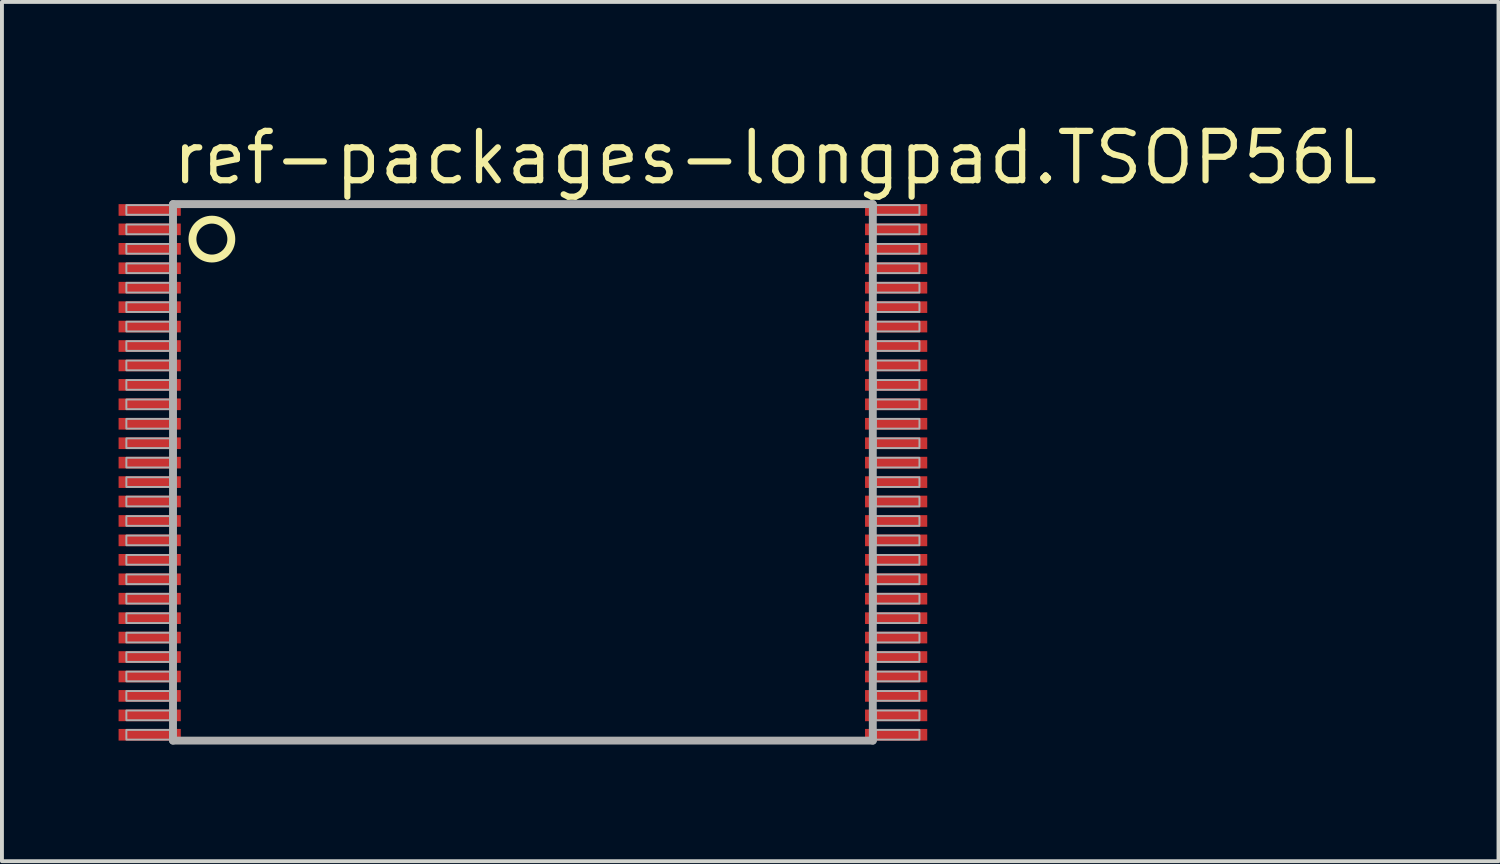
<source format=kicad_pcb>
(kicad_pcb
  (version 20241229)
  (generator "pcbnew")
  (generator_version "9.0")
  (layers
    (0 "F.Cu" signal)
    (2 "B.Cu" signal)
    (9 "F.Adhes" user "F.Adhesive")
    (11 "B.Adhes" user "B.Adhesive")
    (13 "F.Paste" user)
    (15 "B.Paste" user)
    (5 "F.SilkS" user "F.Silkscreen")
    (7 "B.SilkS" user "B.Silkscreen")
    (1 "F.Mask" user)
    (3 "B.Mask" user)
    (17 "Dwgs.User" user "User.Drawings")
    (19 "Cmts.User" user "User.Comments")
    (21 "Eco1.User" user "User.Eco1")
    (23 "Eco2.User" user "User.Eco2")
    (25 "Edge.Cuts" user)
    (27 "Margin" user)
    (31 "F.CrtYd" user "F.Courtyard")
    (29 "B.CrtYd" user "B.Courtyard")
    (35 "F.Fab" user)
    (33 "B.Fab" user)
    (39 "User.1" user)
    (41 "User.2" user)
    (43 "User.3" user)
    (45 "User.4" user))
  (footprint "ref-packages-longpad.TSOP56L"
    (layer "F.Cu")
    (at 10.4 9.1)
    (property "Reference" "ref-packages-longpad.TSOP56L" (at -9.096 -7.35 0) (layer "F.SilkS") (effects (font (size 1.27 1.27) (thickness 0.16)) (justify left bottom)))
    (attr smd)
    (fp_circle (center -8 -6) (end -7.5 -6) (stroke (width 0.203) (type default)) (fill no) (layer "F.SilkS"))
    (fp_line (start -9 -6.9) (end -9 6.9) (stroke (width 0.203) (type default)) (layer "F.Fab"))
    (fp_line (start -9 6.9) (end 9 6.9) (stroke (width 0.203) (type default)) (layer "F.Fab"))
    (fp_line (start 9 -6.9) (end -9 -6.9) (stroke (width 0.203) (type default)) (layer "F.Fab"))
    (fp_line (start 9 6.9) (end 9 -6.9) (stroke (width 0.203) (type default)) (layer "F.Fab"))
    (fp_rect (start -10.2 -6.625) (end -9.075 -6.875) (stroke (width 0.05) (type default)) (fill no) (layer "F.Fab"))
    (fp_rect (start -10.2 -6.125) (end -9.075 -6.375) (stroke (width 0.05) (type default)) (fill no) (layer "F.Fab"))
    (fp_rect (start -10.2 -5.625) (end -9.075 -5.875) (stroke (width 0.05) (type default)) (fill no) (layer "F.Fab"))
    (fp_rect (start -10.2 -5.125) (end -9.075 -5.375) (stroke (width 0.05) (type default)) (fill no) (layer "F.Fab"))
    (fp_rect (start -10.2 -4.625) (end -9.075 -4.875) (stroke (width 0.05) (type default)) (fill no) (layer "F.Fab"))
    (fp_rect (start -10.2 -4.125) (end -9.075 -4.375) (stroke (width 0.05) (type default)) (fill no) (layer "F.Fab"))
    (fp_rect (start -10.2 -3.625) (end -9.075 -3.875) (stroke (width 0.05) (type default)) (fill no) (layer "F.Fab"))
    (fp_rect (start -10.2 -3.125) (end -9.075 -3.375) (stroke (width 0.05) (type default)) (fill no) (layer "F.Fab"))
    (fp_rect (start -10.2 -2.625) (end -9.075 -2.875) (stroke (width 0.05) (type default)) (fill no) (layer "F.Fab"))
    (fp_rect (start -10.2 -2.125) (end -9.075 -2.375) (stroke (width 0.05) (type default)) (fill no) (layer "F.Fab"))
    (fp_rect (start -10.2 -1.625) (end -9.075 -1.875) (stroke (width 0.05) (type default)) (fill no) (layer "F.Fab"))
    (fp_rect (start -10.2 -1.125) (end -9.075 -1.375) (stroke (width 0.05) (type default)) (fill no) (layer "F.Fab"))
    (fp_rect (start -10.2 -0.625) (end -9.075 -0.875) (stroke (width 0.05) (type default)) (fill no) (layer "F.Fab"))
    (fp_rect (start -10.2 -0.125) (end -9.075 -0.375) (stroke (width 0.05) (type default)) (fill no) (layer "F.Fab"))
    (fp_rect (start -10.2 0.375) (end -9.075 0.125) (stroke (width 0.05) (type default)) (fill no) (layer "F.Fab"))
    (fp_rect (start -10.2 0.875) (end -9.075 0.625) (stroke (width 0.05) (type default)) (fill no) (layer "F.Fab"))
    (fp_rect (start -10.2 1.375) (end -9.075 1.125) (stroke (width 0.05) (type default)) (fill no) (layer "F.Fab"))
    (fp_rect (start -10.2 1.875) (end -9.075 1.625) (stroke (width 0.05) (type default)) (fill no) (layer "F.Fab"))
    (fp_rect (start -10.2 2.375) (end -9.075 2.125) (stroke (width 0.05) (type default)) (fill no) (layer "F.Fab"))
    (fp_rect (start -10.2 2.875) (end -9.075 2.625) (stroke (width 0.05) (type default)) (fill no) (layer "F.Fab"))
    (fp_rect (start -10.2 3.375) (end -9.075 3.125) (stroke (width 0.05) (type default)) (fill no) (layer "F.Fab"))
    (fp_rect (start -10.2 3.875) (end -9.075 3.625) (stroke (width 0.05) (type default)) (fill no) (layer "F.Fab"))
    (fp_rect (start -10.2 4.375) (end -9.075 4.125) (stroke (width 0.05) (type default)) (fill no) (layer "F.Fab"))
    (fp_rect (start -10.2 4.875) (end -9.075 4.625) (stroke (width 0.05) (type default)) (fill no) (layer "F.Fab"))
    (fp_rect (start -10.2 5.375) (end -9.075 5.125) (stroke (width 0.05) (type default)) (fill no) (layer "F.Fab"))
    (fp_rect (start -10.2 5.875) (end -9.075 5.625) (stroke (width 0.05) (type default)) (fill no) (layer "F.Fab"))
    (fp_rect (start -10.2 6.375) (end -9.075 6.125) (stroke (width 0.05) (type default)) (fill no) (layer "F.Fab"))
    (fp_rect (start -10.2 6.875) (end -9.075 6.625) (stroke (width 0.05) (type default)) (fill no) (layer "F.Fab"))
    (fp_rect (start 9.075 -6.625) (end 10.2 -6.875) (stroke (width 0.05) (type default)) (fill no) (layer "F.Fab"))
    (fp_rect (start 9.075 -6.125) (end 10.2 -6.375) (stroke (width 0.05) (type default)) (fill no) (layer "F.Fab"))
    (fp_rect (start 9.075 -5.625) (end 10.2 -5.875) (stroke (width 0.05) (type default)) (fill no) (layer "F.Fab"))
    (fp_rect (start 9.075 -5.125) (end 10.2 -5.375) (stroke (width 0.05) (type default)) (fill no) (layer "F.Fab"))
    (fp_rect (start 9.075 -4.625) (end 10.2 -4.875) (stroke (width 0.05) (type default)) (fill no) (layer "F.Fab"))
    (fp_rect (start 9.075 -4.125) (end 10.2 -4.375) (stroke (width 0.05) (type default)) (fill no) (layer "F.Fab"))
    (fp_rect (start 9.075 -3.625) (end 10.2 -3.875) (stroke (width 0.05) (type default)) (fill no) (layer "F.Fab"))
    (fp_rect (start 9.075 -3.125) (end 10.2 -3.375) (stroke (width 0.05) (type default)) (fill no) (layer "F.Fab"))
    (fp_rect (start 9.075 -2.625) (end 10.2 -2.875) (stroke (width 0.05) (type default)) (fill no) (layer "F.Fab"))
    (fp_rect (start 9.075 -2.125) (end 10.2 -2.375) (stroke (width 0.05) (type default)) (fill no) (layer "F.Fab"))
    (fp_rect (start 9.075 -1.625) (end 10.2 -1.875) (stroke (width 0.05) (type default)) (fill no) (layer "F.Fab"))
    (fp_rect (start 9.075 -1.125) (end 10.2 -1.375) (stroke (width 0.05) (type default)) (fill no) (layer "F.Fab"))
    (fp_rect (start 9.075 -0.625) (end 10.2 -0.875) (stroke (width 0.05) (type default)) (fill no) (layer "F.Fab"))
    (fp_rect (start 9.075 -0.125) (end 10.2 -0.375) (stroke (width 0.05) (type default)) (fill no) (layer "F.Fab"))
    (fp_rect (start 9.075 0.375) (end 10.2 0.125) (stroke (width 0.05) (type default)) (fill no) (layer "F.Fab"))
    (fp_rect (start 9.075 0.875) (end 10.2 0.625) (stroke (width 0.05) (type default)) (fill no) (layer "F.Fab"))
    (fp_rect (start 9.075 1.375) (end 10.2 1.125) (stroke (width 0.05) (type default)) (fill no) (layer "F.Fab"))
    (fp_rect (start 9.075 1.875) (end 10.2 1.625) (stroke (width 0.05) (type default)) (fill no) (layer "F.Fab"))
    (fp_rect (start 9.075 2.375) (end 10.2 2.125) (stroke (width 0.05) (type default)) (fill no) (layer "F.Fab"))
    (fp_rect (start 9.075 2.875) (end 10.2 2.625) (stroke (width 0.05) (type default)) (fill no) (layer "F.Fab"))
    (fp_rect (start 9.075 3.375) (end 10.2 3.125) (stroke (width 0.05) (type default)) (fill no) (layer "F.Fab"))
    (fp_rect (start 9.075 3.875) (end 10.2 3.625) (stroke (width 0.05) (type default)) (fill no) (layer "F.Fab"))
    (fp_rect (start 9.075 4.375) (end 10.2 4.125) (stroke (width 0.05) (type default)) (fill no) (layer "F.Fab"))
    (fp_rect (start 9.075 4.875) (end 10.2 4.625) (stroke (width 0.05) (type default)) (fill no) (layer "F.Fab"))
    (fp_rect (start 9.075 5.375) (end 10.2 5.125) (stroke (width 0.05) (type default)) (fill no) (layer "F.Fab"))
    (fp_rect (start 9.075 5.875) (end 10.2 5.625) (stroke (width 0.05) (type default)) (fill no) (layer "F.Fab"))
    (fp_rect (start 9.075 6.375) (end 10.2 6.125) (stroke (width 0.05) (type default)) (fill no) (layer "F.Fab"))
    (fp_rect (start 9.075 6.875) (end 10.2 6.625) (stroke (width 0.05) (type default)) (fill no) (layer "F.Fab"))
    (pad "1" smd roundrect (at -9.6 -6.75) (size 1.6 0.3) (layers "F.Cu" "F.Mask" "F.Paste") (roundrect_rratio 0.01))
    (pad "2" smd roundrect (at -9.6 -6.25) (size 1.6 0.3) (layers "F.Cu" "F.Mask" "F.Paste") (roundrect_rratio 0.01))
    (pad "3" smd roundrect (at -9.6 -5.75) (size 1.6 0.3) (layers "F.Cu" "F.Mask" "F.Paste") (roundrect_rratio 0.01))
    (pad "4" smd roundrect (at -9.6 -5.25) (size 1.6 0.3) (layers "F.Cu" "F.Mask" "F.Paste") (roundrect_rratio 0.01))
    (pad "5" smd roundrect (at -9.6 -4.75) (size 1.6 0.3) (layers "F.Cu" "F.Mask" "F.Paste") (roundrect_rratio 0.01))
    (pad "6" smd roundrect (at -9.6 -4.25) (size 1.6 0.3) (layers "F.Cu" "F.Mask" "F.Paste") (roundrect_rratio 0.01))
    (pad "7" smd roundrect (at -9.6 -3.75) (size 1.6 0.3) (layers "F.Cu" "F.Mask" "F.Paste") (roundrect_rratio 0.01))
    (pad "8" smd roundrect (at -9.6 -3.25) (size 1.6 0.3) (layers "F.Cu" "F.Mask" "F.Paste") (roundrect_rratio 0.01))
    (pad "9" smd roundrect (at -9.6 -2.75) (size 1.6 0.3) (layers "F.Cu" "F.Mask" "F.Paste") (roundrect_rratio 0.01))
    (pad "10" smd roundrect (at -9.6 -2.25) (size 1.6 0.3) (layers "F.Cu" "F.Mask" "F.Paste") (roundrect_rratio 0.01))
    (pad "11" smd roundrect (at -9.6 -1.75) (size 1.6 0.3) (layers "F.Cu" "F.Mask" "F.Paste") (roundrect_rratio 0.01))
    (pad "12" smd roundrect (at -9.6 -1.25) (size 1.6 0.3) (layers "F.Cu" "F.Mask" "F.Paste") (roundrect_rratio 0.01))
    (pad "13" smd roundrect (at -9.6 -0.75) (size 1.6 0.3) (layers "F.Cu" "F.Mask" "F.Paste") (roundrect_rratio 0.01))
    (pad "14" smd roundrect (at -9.6 -0.25) (size 1.6 0.3) (layers "F.Cu" "F.Mask" "F.Paste") (roundrect_rratio 0.01))
    (pad "15" smd roundrect (at -9.6 0.25) (size 1.6 0.3) (layers "F.Cu" "F.Mask" "F.Paste") (roundrect_rratio 0.01))
    (pad "16" smd roundrect (at -9.6 0.75) (size 1.6 0.3) (layers "F.Cu" "F.Mask" "F.Paste") (roundrect_rratio 0.01))
    (pad "17" smd roundrect (at -9.6 1.25) (size 1.6 0.3) (layers "F.Cu" "F.Mask" "F.Paste") (roundrect_rratio 0.01))
    (pad "18" smd roundrect (at -9.6 1.75) (size 1.6 0.3) (layers "F.Cu" "F.Mask" "F.Paste") (roundrect_rratio 0.01))
    (pad "19" smd roundrect (at -9.6 2.25) (size 1.6 0.3) (layers "F.Cu" "F.Mask" "F.Paste") (roundrect_rratio 0.01))
    (pad "20" smd roundrect (at -9.6 2.75) (size 1.6 0.3) (layers "F.Cu" "F.Mask" "F.Paste") (roundrect_rratio 0.01))
    (pad "21" smd roundrect (at -9.6 3.25) (size 1.6 0.3) (layers "F.Cu" "F.Mask" "F.Paste") (roundrect_rratio 0.01))
    (pad "22" smd roundrect (at -9.6 3.75) (size 1.6 0.3) (layers "F.Cu" "F.Mask" "F.Paste") (roundrect_rratio 0.01))
    (pad "23" smd roundrect (at -9.6 4.25) (size 1.6 0.3) (layers "F.Cu" "F.Mask" "F.Paste") (roundrect_rratio 0.01))
    (pad "24" smd roundrect (at -9.6 4.75) (size 1.6 0.3) (layers "F.Cu" "F.Mask" "F.Paste") (roundrect_rratio 0.01))
    (pad "25" smd roundrect (at -9.6 5.25) (size 1.6 0.3) (layers "F.Cu" "F.Mask" "F.Paste") (roundrect_rratio 0.01))
    (pad "26" smd roundrect (at -9.6 5.75) (size 1.6 0.3) (layers "F.Cu" "F.Mask" "F.Paste") (roundrect_rratio 0.01))
    (pad "27" smd roundrect (at -9.6 6.25) (size 1.6 0.3) (layers "F.Cu" "F.Mask" "F.Paste") (roundrect_rratio 0.01))
    (pad "28" smd roundrect (at -9.6 6.75) (size 1.6 0.3) (layers "F.Cu" "F.Mask" "F.Paste") (roundrect_rratio 0.01))
    (pad "29" smd roundrect (at 9.6 6.75) (size 1.6 0.3) (layers "F.Cu" "F.Mask" "F.Paste") (roundrect_rratio 0.01))
    (pad "30" smd roundrect (at 9.6 6.25) (size 1.6 0.3) (layers "F.Cu" "F.Mask" "F.Paste") (roundrect_rratio 0.01))
    (pad "31" smd roundrect (at 9.6 5.75) (size 1.6 0.3) (layers "F.Cu" "F.Mask" "F.Paste") (roundrect_rratio 0.01))
    (pad "32" smd roundrect (at 9.6 5.25) (size 1.6 0.3) (layers "F.Cu" "F.Mask" "F.Paste") (roundrect_rratio 0.01))
    (pad "33" smd roundrect (at 9.6 4.75) (size 1.6 0.3) (layers "F.Cu" "F.Mask" "F.Paste") (roundrect_rratio 0.01))
    (pad "34" smd roundrect (at 9.6 4.25) (size 1.6 0.3) (layers "F.Cu" "F.Mask" "F.Paste") (roundrect_rratio 0.01))
    (pad "35" smd roundrect (at 9.6 3.75) (size 1.6 0.3) (layers "F.Cu" "F.Mask" "F.Paste") (roundrect_rratio 0.01))
    (pad "36" smd roundrect (at 9.6 3.25) (size 1.6 0.3) (layers "F.Cu" "F.Mask" "F.Paste") (roundrect_rratio 0.01))
    (pad "37" smd roundrect (at 9.6 2.75) (size 1.6 0.3) (layers "F.Cu" "F.Mask" "F.Paste") (roundrect_rratio 0.01))
    (pad "38" smd roundrect (at 9.6 2.25) (size 1.6 0.3) (layers "F.Cu" "F.Mask" "F.Paste") (roundrect_rratio 0.01))
    (pad "39" smd roundrect (at 9.6 1.75) (size 1.6 0.3) (layers "F.Cu" "F.Mask" "F.Paste") (roundrect_rratio 0.01))
    (pad "40" smd roundrect (at 9.6 1.25) (size 1.6 0.3) (layers "F.Cu" "F.Mask" "F.Paste") (roundrect_rratio 0.01))
    (pad "41" smd roundrect (at 9.6 0.75) (size 1.6 0.3) (layers "F.Cu" "F.Mask" "F.Paste") (roundrect_rratio 0.01))
    (pad "42" smd roundrect (at 9.6 0.25) (size 1.6 0.3) (layers "F.Cu" "F.Mask" "F.Paste") (roundrect_rratio 0.01))
    (pad "43" smd roundrect (at 9.6 -0.25) (size 1.6 0.3) (layers "F.Cu" "F.Mask" "F.Paste") (roundrect_rratio 0.01))
    (pad "44" smd roundrect (at 9.6 -0.75) (size 1.6 0.3) (layers "F.Cu" "F.Mask" "F.Paste") (roundrect_rratio 0.01))
    (pad "45" smd roundrect (at 9.6 -1.25) (size 1.6 0.3) (layers "F.Cu" "F.Mask" "F.Paste") (roundrect_rratio 0.01))
    (pad "46" smd roundrect (at 9.6 -1.75) (size 1.6 0.3) (layers "F.Cu" "F.Mask" "F.Paste") (roundrect_rratio 0.01))
    (pad "47" smd roundrect (at 9.6 -2.25) (size 1.6 0.3) (layers "F.Cu" "F.Mask" "F.Paste") (roundrect_rratio 0.01))
    (pad "48" smd roundrect (at 9.6 -2.75) (size 1.6 0.3) (layers "F.Cu" "F.Mask" "F.Paste") (roundrect_rratio 0.01))
    (pad "49" smd roundrect (at 9.6 -3.25) (size 1.6 0.3) (layers "F.Cu" "F.Mask" "F.Paste") (roundrect_rratio 0.01))
    (pad "50" smd roundrect (at 9.6 -3.75) (size 1.6 0.3) (layers "F.Cu" "F.Mask" "F.Paste") (roundrect_rratio 0.01))
    (pad "51" smd roundrect (at 9.6 -4.25) (size 1.6 0.3) (layers "F.Cu" "F.Mask" "F.Paste") (roundrect_rratio 0.01))
    (pad "52" smd roundrect (at 9.6 -4.75) (size 1.6 0.3) (layers "F.Cu" "F.Mask" "F.Paste") (roundrect_rratio 0.01))
    (pad "53" smd roundrect (at 9.6 -5.25) (size 1.6 0.3) (layers "F.Cu" "F.Mask" "F.Paste") (roundrect_rratio 0.01))
    (pad "54" smd roundrect (at 9.6 -5.75) (size 1.6 0.3) (layers "F.Cu" "F.Mask" "F.Paste") (roundrect_rratio 0.01))
    (pad "55" smd roundrect (at 9.6 -6.25) (size 1.6 0.3) (layers "F.Cu" "F.Mask" "F.Paste") (roundrect_rratio 0.01))
    (pad "56" smd roundrect (at 9.6 -6.75) (size 1.6 0.3) (layers "F.Cu" "F.Mask" "F.Paste") (roundrect_rratio 0.01)))
  (gr_rect
    (start -3 -3)
    (end 35.494 19.102)
    (stroke (width 0.1) (type default))
    (fill no)
    (layer "Edge.Cuts")))
</source>
